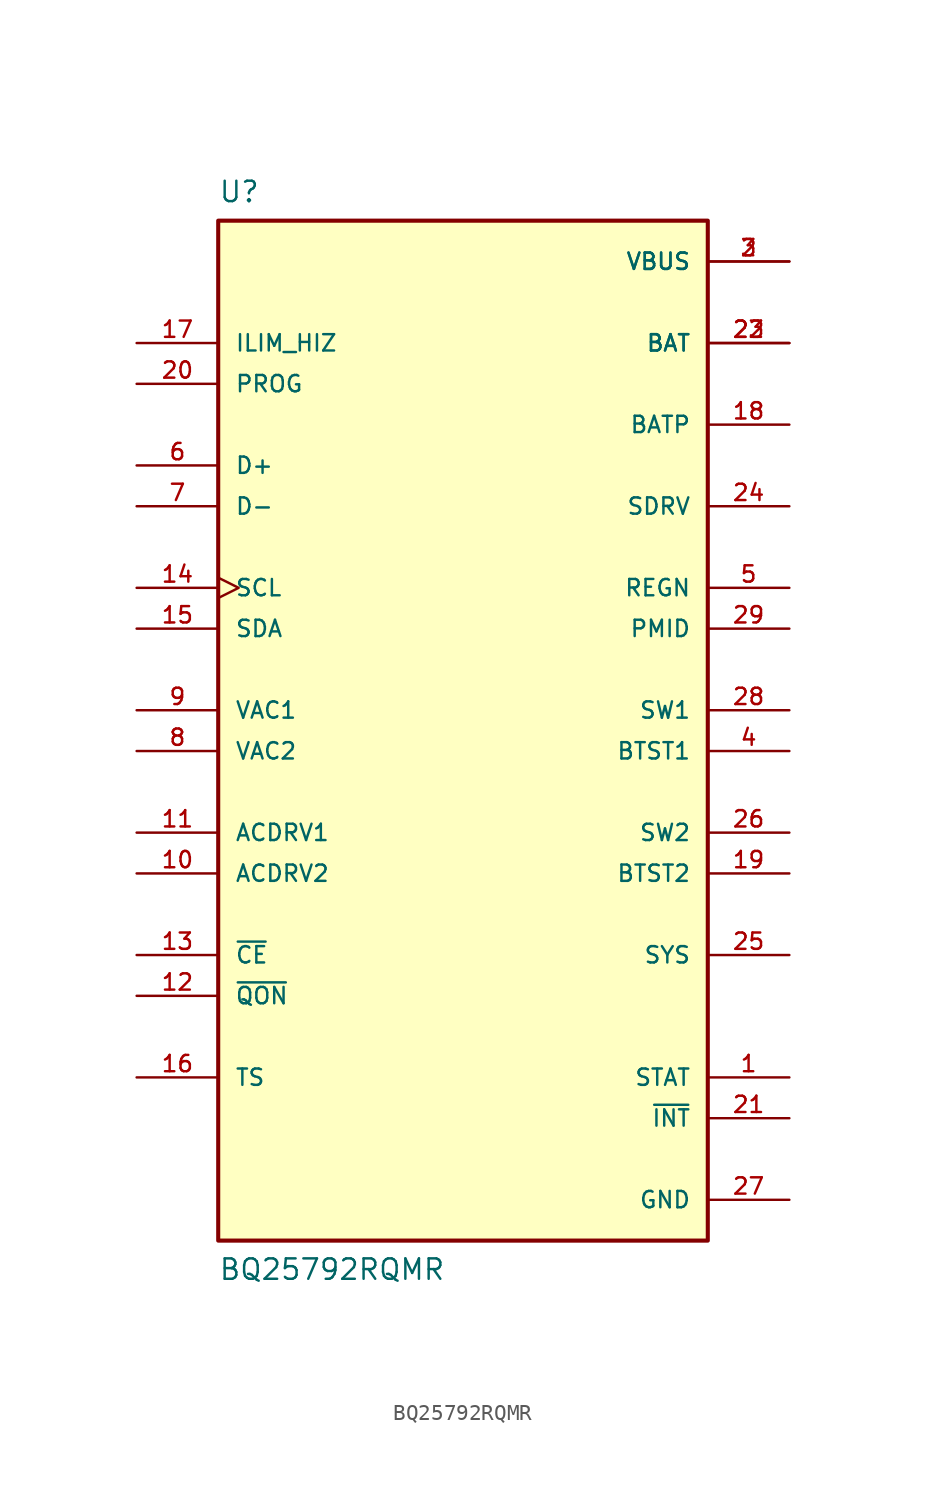
<source format=kicad_sym>
(kicad_symbol_lib
  (version 20241209)
  (generator "kicad_symbol_editor")
  (generator_version "9.0")
  (symbol "BQ25792RQMR"
    (pin_names
      (offset 1.016))
    (property "Reference" "U"
      (at -15.24 35.56 0)
      (effects (font (size 1.27 1.27)) (justify left top)))
    (property "Value" "BQ25792RQMR"
      (at -15.24 -33.02 0)
      (effects (font (size 1.27 1.27)) (justify left bottom)))
    (symbol "BQ25792RQMR_0_0"
      (rectangle (start -15.24 33.02) (end 15.24 -30.48) (stroke (width 0.254) (type default)) (fill (type background)))
      (pin input line (at -20.32 25.4 0) (length 5.08) (name "ILIM_HIZ" (effects (font (size 1.016 1.016)))) (number "17" (effects (font (size 1.016 1.016)))))
      (pin input line (at -20.32 22.86 0) (length 5.08) (name "PROG" (effects (font (size 1.016 1.016)))) (number "20" (effects (font (size 1.016 1.016)))))
      (pin bidirectional line (at -20.32 17.78 0) (length 5.08) (name "D+" (effects (font (size 1.016 1.016)))) (number "6" (effects (font (size 1.016 1.016)))))
      (pin bidirectional line (at -20.32 15.24 0) (length 5.08) (name "D-" (effects (font (size 1.016 1.016)))) (number "7" (effects (font (size 1.016 1.016)))))
      (pin input clock (at -20.32 10.16 0) (length 5.08) (name "SCL" (effects (font (size 1.016 1.016)))) (number "14" (effects (font (size 1.016 1.016)))))
      (pin bidirectional line (at -20.32 7.62 0) (length 5.08) (name "SDA" (effects (font (size 1.016 1.016)))) (number "15" (effects (font (size 1.016 1.016)))))
      (pin power_in line (at -20.32 2.54 0) (length 5.08) (name "VAC1" (effects (font (size 1.016 1.016)))) (number "9" (effects (font (size 1.016 1.016)))))
      (pin power_in line (at -20.32 0 0) (length 5.08) (name "VAC2" (effects (font (size 1.016 1.016)))) (number "8" (effects (font (size 1.016 1.016)))))
      (pin input line (at -20.32 -12.7 0) (length 5.08) (name "~{CE}" (effects (font (size 1.016 1.016)))) (number "13" (effects (font (size 1.016 1.016)))))
      (pin input line (at -20.32 -15.24 0) (length 5.08) (name "~{QON}" (effects (font (size 1.016 1.016)))) (number "12" (effects (font (size 1.016 1.016)))))
      (pin input line (at -20.32 -20.32 0) (length 5.08) (name "TS" (effects (font (size 1.016 1.016)))) (number "16" (effects (font (size 1.016 1.016)))))
      (pin power_in line (at 20.32 30.48 180) (length 5.08) (name "VBUS" (effects (font (size 1.016 1.016)))) (number "2" (effects (font (size 1.016 1.016)))))
      (pin power_in line (at 20.32 30.48 180) (length 5.08) (name "VBUS" (effects (font (size 1.016 1.016)))) (number "3" (effects (font (size 1.016 1.016)))))
      (pin power_in line (at 20.32 25.4 180) (length 5.08) (name "BAT" (effects (font (size 1.016 1.016)))) (number "22" (effects (font (size 1.016 1.016)))))
      (pin power_in line (at 20.32 25.4 180) (length 5.08) (name "BAT" (effects (font (size 1.016 1.016)))) (number "23" (effects (font (size 1.016 1.016)))))
      (pin power_in line (at 20.32 20.32 180) (length 5.08) (name "BATP" (effects (font (size 1.016 1.016)))) (number "18" (effects (font (size 1.016 1.016)))))
      (pin power_in line (at 20.32 15.24 180) (length 5.08) (name "SDRV" (effects (font (size 1.016 1.016)))) (number "24" (effects (font (size 1.016 1.016)))))
      (pin output line (at 20.32 -20.32 180) (length 5.08) (name "STAT" (effects (font (size 1.016 1.016)))) (number "1" (effects (font (size 1.016 1.016)))))
      (pin output line (at 20.32 -22.86 180) (length 5.08) (name "~{INT}" (effects (font (size 1.016 1.016)))) (number "21" (effects (font (size 1.016 1.016)))))
      (pin power_in line (at 20.32 -27.94 180) (length 5.08) (name "GND" (effects (font (size 1.016 1.016)))) (number "27" (effects (font (size 1.016 1.016))))))
    (symbol "BQ25792RQMR_1_0"
      (pin output line (at -20.32 -5.08 0) (length 5.08) (name "ACDRV1" (effects (font (size 1.016 1.016)))) (number "11" (effects (font (size 1.016 1.016)))))
      (pin output line (at -20.32 -7.62 0) (length 5.08) (name "ACDRV2" (effects (font (size 1.016 1.016)))) (number "10" (effects (font (size 1.016 1.016)))))
      (pin passive line (at 20.32 10.16 180) (length 5.08) (name "REGN" (effects (font (size 1.016 1.016)))) (number "5" (effects (font (size 1.016 1.016)))))
      (pin passive line (at 20.32 7.62 180) (length 5.08) (name "PMID" (effects (font (size 1.016 1.016)))) (number "29" (effects (font (size 1.016 1.016)))))
      (pin passive line (at 20.32 2.54 180) (length 5.08) (name "SW1" (effects (font (size 1.016 1.016)))) (number "28" (effects (font (size 1.016 1.016)))))
      (pin passive line (at 20.32 0 180) (length 5.08) (name "BTST1" (effects (font (size 1.016 1.016)))) (number "4" (effects (font (size 1.016 1.016)))))
      (pin passive line (at 20.32 -5.08 180) (length 5.08) (name "SW2" (effects (font (size 1.016 1.016)))) (number "26" (effects (font (size 1.016 1.016)))))
      (pin passive line (at 20.32 -7.62 180) (length 5.08) (name "BTST2" (effects (font (size 1.016 1.016)))) (number "19" (effects (font (size 1.016 1.016)))))
      (pin power_out line (at 20.32 -12.7 180) (length 5.08) (name "SYS" (effects (font (size 1.016 1.016)))) (number "25" (effects (font (size 1.016 1.016))))))))
</source>
